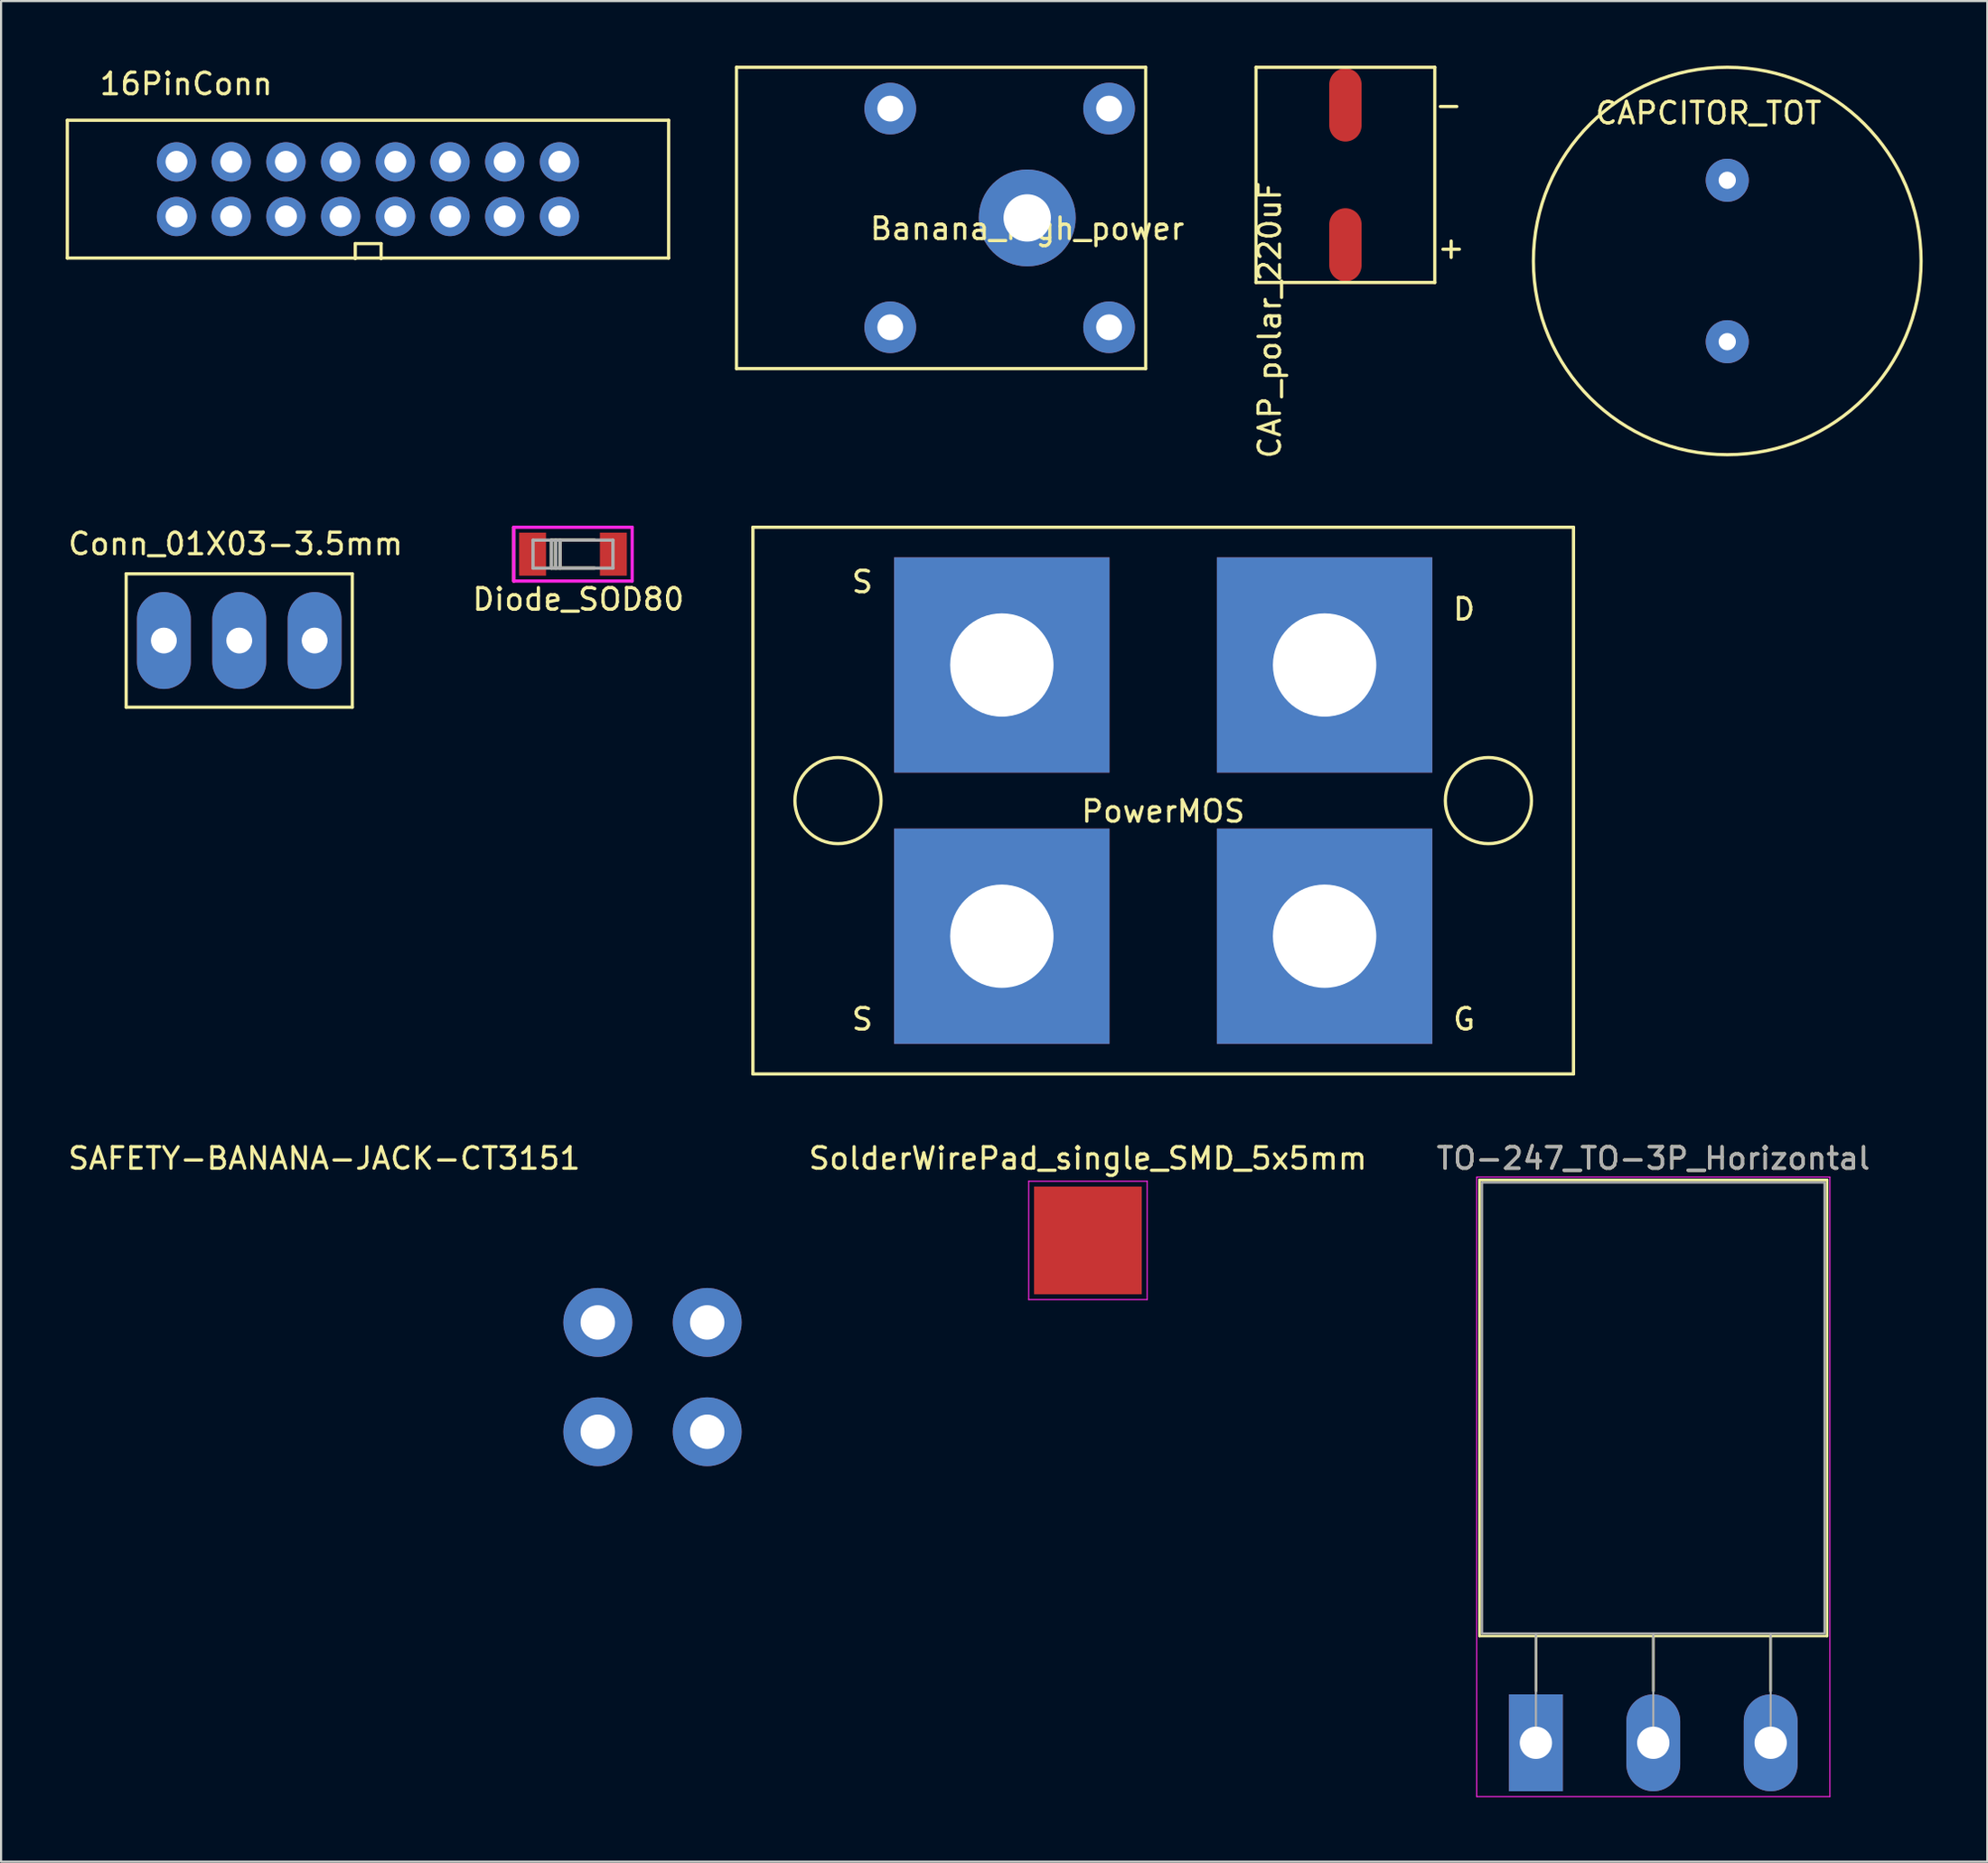
<source format=kicad_pcb>
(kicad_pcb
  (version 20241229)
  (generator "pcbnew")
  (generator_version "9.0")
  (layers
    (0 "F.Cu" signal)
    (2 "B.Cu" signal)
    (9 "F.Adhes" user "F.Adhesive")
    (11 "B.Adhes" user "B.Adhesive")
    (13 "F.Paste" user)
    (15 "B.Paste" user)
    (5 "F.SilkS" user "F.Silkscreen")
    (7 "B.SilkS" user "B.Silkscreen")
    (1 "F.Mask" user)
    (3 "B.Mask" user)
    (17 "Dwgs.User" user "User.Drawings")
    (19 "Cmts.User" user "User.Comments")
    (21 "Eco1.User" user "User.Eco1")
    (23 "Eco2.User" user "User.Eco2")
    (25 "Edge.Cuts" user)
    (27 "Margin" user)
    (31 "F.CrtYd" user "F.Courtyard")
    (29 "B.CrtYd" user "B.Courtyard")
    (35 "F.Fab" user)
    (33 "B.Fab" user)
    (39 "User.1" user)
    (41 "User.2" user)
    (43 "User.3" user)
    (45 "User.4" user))
  (footprint "SAFETY-BANANA-JACK-CT3151"
    (layer "F.Cu")
    (at 27.246 60.928)
    (property "Reference" "SAFETY-BANANA-JACK-CT3151" (at -15.24 -10.16 0) (layer "F.SilkS") (effects (font (size 1 1) (thickness 0.15))))
    (attr through_hole)
    (pad "1" thru_hole circle (at -2.54 -2.54) (size 3.2 3.2) (drill 1.6) (layers "*.Cu" "*.Mask"))
    (pad "1" thru_hole circle (at -2.54 2.54) (size 3.2 3.2) (drill 1.6) (layers "*.Cu" "*.Mask"))
    (pad "1" thru_hole circle (at 2.54 -2.54) (size 3.2 3.2) (drill 1.6) (layers "*.Cu" "*.Mask"))
    (pad "1" thru_hole circle (at 2.54 2.54) (size 3.2 3.2) (drill 1.6) (layers "*.Cu" "*.Mask")))
  (footprint "Diode_SOD80"
    (layer "F.Cu")
    (at 23.554 22.695)
    (property "Reference" "Diode_SOD80" (at 0.25 2.1 0) (layer "F.SilkS") (effects (font (size 1 1) (thickness 0.15))))
    (attr through_hole)
    (fp_line (start -2.75 1.25) (end -2.75 -1.25) (stroke (width 0.15) (type solid)) (layer "F.SilkS"))
    (fp_line (start -1 -0.65) (end 1 -0.65) (stroke (width 0.15) (type solid)) (layer "F.SilkS"))
    (fp_line (start -1 0.65) (end -1 -0.65) (stroke (width 0.15) (type solid)) (layer "F.SilkS"))
    (fp_line (start -0.8 0.65) (end -0.8 -0.65) (stroke (width 0.15) (type solid)) (layer "F.SilkS"))
    (fp_line (start -0.6 -0.65) (end -0.6 0.65) (stroke (width 0.15) (type solid)) (layer "F.SilkS"))
    (fp_line (start 1 0.65) (end -1 0.65) (stroke (width 0.15) (type solid)) (layer "F.SilkS"))
    (fp_line (start -2.75 -1.25) (end 2.75 -1.25) (stroke (width 0.15) (type solid)) (layer "F.CrtYd"))
    (fp_line (start -2.75 1.25) (end -2.75 -1.25) (stroke (width 0.15) (type solid)) (layer "F.CrtYd"))
    (fp_line (start 2.75 -1.25) (end 2.75 1.25) (stroke (width 0.15) (type solid)) (layer "F.CrtYd"))
    (fp_line (start 2.75 1.25) (end -2.75 1.25) (stroke (width 0.15) (type solid)) (layer "F.CrtYd"))
    (fp_line (start -1.855 -0.65) (end 1.855 -0.65) (stroke (width 0.15) (type solid)) (layer "F.Fab"))
    (fp_line (start -1.855 0.65) (end -1.855 -0.65) (stroke (width 0.15) (type solid)) (layer "F.Fab"))
    (fp_line (start -1 -0.65) (end -1 0.65) (stroke (width 0.15) (type solid)) (layer "F.Fab"))
    (fp_line (start -0.8 0.65) (end -0.8 -0.65) (stroke (width 0.15) (type solid)) (layer "F.Fab"))
    (fp_line (start -0.6 -0.65) (end -0.6 0.65) (stroke (width 0.15) (type solid)) (layer "F.Fab"))
    (fp_line (start 1.855 -0.65) (end 1.855 0.65) (stroke (width 0.15) (type solid)) (layer "F.Fab"))
    (fp_line (start 1.855 0.65) (end -1.855 0.65) (stroke (width 0.15) (type solid)) (layer "F.Fab"))
    (pad "1" smd rect (at -1.875 0) (size 1.25 2) (layers "F.Cu" "F.Mask" "F.Paste"))
    (pad "2" smd rect (at 1.875 0) (size 1.25 2) (layers "F.Cu" "F.Mask" "F.Paste")))
  (footprint "Conn_01X03-3.5mm"
    (layer "F.Cu")
    (at 8.058 26.708)
    (property "Reference" "Conn_01X03-3.5mm" (at -0.171 -4.49 0) (layer "F.SilkS") (effects (font (size 1 1) (thickness 0.15))))
    (attr through_hole)
    (fp_line (start -5.25 -3.1) (end -5.25 3.1) (stroke (width 0.15) (type solid)) (layer "F.SilkS"))
    (fp_line (start -5.25 3.1) (end 5.25 3.1) (stroke (width 0.15) (type solid)) (layer "F.SilkS"))
    (fp_line (start 5.25 -3.1) (end -5.25 -3.1) (stroke (width 0.15) (type solid)) (layer "F.SilkS"))
    (fp_line (start 5.25 3.1) (end 5.25 -3.1) (stroke (width 0.15) (type solid)) (layer "F.SilkS"))
    (pad "1" thru_hole oval (at -3.5 0) (size 2.5 4.5) (drill 1.2) (layers "*.Cu" "*.Mask"))
    (pad "2" thru_hole oval (at 0 0) (size 2.5 4.5) (drill 1.2) (layers "*.Cu" "*.Mask"))
    (pad "3" thru_hole oval (at 3.5 0) (size 2.5 4.5) (drill 1.2) (layers "*.Cu" "*.Mask")))
  (footprint "CAP_polar_220uF"
    (layer "F.Cu")
    (at 59.418 5.075)
    (property "Reference" "CAP_polar_220uF" (at -3.514 6.741 90) (layer "F.SilkS") (effects (font (size 1 1) (thickness 0.15))))
    (attr through_hole)
    (fp_line (start -4.15 -5) (end 4.15 -5) (stroke (width 0.15) (type solid)) (layer "F.SilkS"))
    (fp_line (start -4.15 5) (end -4.15 -5) (stroke (width 0.15) (type solid)) (layer "F.SilkS"))
    (fp_line (start -4.15 5) (end 4.15 5) (stroke (width 0.15) (type solid)) (layer "F.SilkS"))
    (fp_line (start 4.15 -5) (end 4.15 5) (stroke (width 0.15) (type solid)) (layer "F.SilkS"))
    (fp_text user "+" (at 4.91 3.38 0) (layer "F.SilkS") (effects (font (size 1 1) (thickness 0.15))))
    (fp_text user "-" (at 4.79 -3.25 0) (layer "F.SilkS") (effects (font (size 1 1) (thickness 0.15))))
    (pad "1" smd oval (at 0 3.25) (size 1.5 3.4) (layers "F.Cu" "F.Mask" "F.Paste"))
    (pad "2" smd oval (at 0 -3.25) (size 1.5 3.4) (layers "F.Cu" "F.Mask" "F.Paste")))
  (footprint "Banana_high_power"
    (layer "F.Cu")
    (at 44.645 7.075)
    (property "Reference" "Banana_high_power" (at 0 0.5 0) (layer "F.SilkS") (effects (font (size 1 1) (thickness 0.15))))
    (attr through_hole)
    (fp_line (start -13.5 -7) (end -13.5 7) (stroke (width 0.15) (type solid)) (layer "F.SilkS"))
    (fp_line (start -13.5 7) (end 5.5 7) (stroke (width 0.15) (type solid)) (layer "F.SilkS"))
    (fp_line (start 5.5 -7) (end -13.5 -7) (stroke (width 0.15) (type solid)) (layer "F.SilkS"))
    (fp_line (start 5.5 7) (end 5.5 -7) (stroke (width 0.15) (type solid)) (layer "F.SilkS"))
    (pad "1" thru_hole circle (at -6.36 -5.08) (size 2.4 2.4) (drill 1.2) (layers "*.Cu" "*.Mask"))
    (pad "1" thru_hole circle (at -6.36 5.08) (size 2.4 2.4) (drill 1.2) (layers "*.Cu" "*.Mask"))
    (pad "1" thru_hole circle (at 0 0) (size 4.5 4.5) (drill 2.2) (layers "*.Cu" "*.Mask"))
    (pad "1" thru_hole circle (at 3.8 -5.08) (size 2.4 2.4) (drill 1.2) (layers "*.Cu" "*.Mask"))
    (pad "1" thru_hole circle (at 3.8 5.08) (size 2.4 2.4) (drill 1.2) (layers "*.Cu" "*.Mask")))
  (footprint "16PinConn"
    (layer "F.Cu")
    (at 5.145 4.468)
    (property "Reference" "16PinConn" (at 0.45 -3.62 0) (layer "F.SilkS") (effects (font (size 1 1) (thickness 0.15))))
    (attr through_hole)
    (fp_line (start -5.07 -1.93) (end -5.07 4.47) (stroke (width 0.15) (type solid)) (layer "F.SilkS"))
    (fp_line (start -5.07 -1.93) (end 22.85 -1.93) (stroke (width 0.15) (type solid)) (layer "F.SilkS"))
    (fp_line (start 8.3 3.8) (end 9.5 3.8) (stroke (width 0.15) (type solid)) (layer "F.SilkS"))
    (fp_line (start 8.3 4.5) (end 8.3 3.8) (stroke (width 0.15) (type solid)) (layer "F.SilkS"))
    (fp_line (start 9.5 3.8) (end 9.5 4.5) (stroke (width 0.15) (type solid)) (layer "F.SilkS"))
    (fp_line (start 22.85 -1.93) (end 22.85 4.47) (stroke (width 0.15) (type solid)) (layer "F.SilkS"))
    (fp_line (start 22.85 4.47) (end -5.07 4.47) (stroke (width 0.15) (type solid)) (layer "F.SilkS"))
    (pad "1" thru_hole circle (at 0 2.54) (size 1.824 1.824) (drill 1.02) (layers "*.Cu" "*.Mask"))
    (pad "2" thru_hole circle (at 0 0) (size 1.824 1.824) (drill 1.02) (layers "*.Cu" "*.Mask"))
    (pad "3" thru_hole circle (at 2.54 2.54) (size 1.824 1.824) (drill 1.02) (layers "*.Cu" "*.Mask"))
    (pad "4" thru_hole circle (at 2.54 0) (size 1.824 1.824) (drill 1.02) (layers "*.Cu" "*.Mask"))
    (pad "5" thru_hole circle (at 5.08 2.54) (size 1.824 1.824) (drill 1.02) (layers "*.Cu" "*.Mask"))
    (pad "6" thru_hole circle (at 5.08 0) (size 1.824 1.824) (drill 1.02) (layers "*.Cu" "*.Mask"))
    (pad "7" thru_hole circle (at 7.62 2.54) (size 1.824 1.824) (drill 1.02) (layers "*.Cu" "*.Mask"))
    (pad "8" thru_hole circle (at 7.62 0) (size 1.824 1.824) (drill 1.02) (layers "*.Cu" "*.Mask"))
    (pad "9" thru_hole circle (at 10.16 2.54) (size 1.824 1.824) (drill 1.02) (layers "*.Cu" "*.Mask"))
    (pad "10" thru_hole circle (at 10.16 0) (size 1.824 1.824) (drill 1.02) (layers "*.Cu" "*.Mask"))
    (pad "11" thru_hole circle (at 12.7 2.54) (size 1.824 1.824) (drill 1.02) (layers "*.Cu" "*.Mask"))
    (pad "12" thru_hole circle (at 12.7 0) (size 1.824 1.824) (drill 1.02) (layers "*.Cu" "*.Mask"))
    (pad "13" thru_hole circle (at 15.24 2.54) (size 1.824 1.824) (drill 1.02) (layers "*.Cu" "*.Mask"))
    (pad "14" thru_hole circle (at 15.24 0) (size 1.824 1.824) (drill 1.02) (layers "*.Cu" "*.Mask"))
    (pad "15" thru_hole circle (at 17.78 2.54) (size 1.824 1.824) (drill 1.02) (layers "*.Cu" "*.Mask"))
    (pad "16" thru_hole circle (at 17.78 0) (size 1.824 1.824) (drill 1.02) (layers "*.Cu" "*.Mask")))
  (footprint "CAPCITOR_TOT"
    (layer "F.Cu")
    (at 77.147 9.075)
    (property "Reference" "CAPCITOR_TOT" (at -0.87 -6.87 0) (layer "F.SilkS") (effects (font (size 1 1) (thickness 0.15))))
    (attr through_hole)
    (fp_circle (center 0 0) (end 9 0) (stroke (width 0.15) (type solid)) (fill no) (layer "F.SilkS"))
    (pad "1" thru_hole circle (at 0 3.75) (size 2 2) (drill 0.8) (layers "*.Cu" "*.Mask"))
    (pad "2" thru_hole circle (at 0 -3.75) (size 2 2) (drill 0.8) (layers "*.Cu" "*.Mask")))
  (footprint "PowerMOS"
    (placed yes)
    (layer "F.Cu")
    (at 50.958 34.145)
    (property "Reference" "PowerMOS" (at 0 0.5 0) (layer "F.SilkS") (effects (font (size 1 1) (thickness 0.15))))
    (attr through_hole)
    (fp_line (start -19.05 -12.7) (end -19.05 12.7) (stroke (width 0.15) (type solid)) (layer "F.SilkS"))
    (fp_line (start -19.05 12.7) (end 19.05 12.7) (stroke (width 0.15) (type solid)) (layer "F.SilkS"))
    (fp_line (start 19.05 -12.7) (end -19.05 -12.7) (stroke (width 0.15) (type solid)) (layer "F.SilkS"))
    (fp_line (start 19.05 12.7) (end 19.05 -12.7) (stroke (width 0.15) (type solid)) (layer "F.SilkS"))
    (fp_circle (center -15.1 0) (end -17.1 0) (stroke (width 0.15) (type solid)) (fill no) (layer "F.SilkS"))
    (fp_circle (center 15.1 0) (end 17.1 0) (stroke (width 0.15) (type solid)) (fill no) (layer "F.SilkS"))
    (fp_text user "S" (at -13.97 10.16 0) (layer "F.SilkS") (effects (font (size 1 1) (thickness 0.15))))
    (fp_text user "G" (at 13.97 10.16 0) (layer "F.SilkS") (effects (font (size 1 1) (thickness 0.15))))
    (fp_text user "D" (at 13.97 -8.89 0) (layer "F.SilkS") (effects (font (size 1 1) (thickness 0.15))))
    (fp_text user "S" (at -13.97 -10.16 0) (layer "F.SilkS") (effects (font (size 1 1) (thickness 0.15))))
    (pad "1" thru_hole rect (at 7.493 6.3) (size 10 10) (drill 4.8) (layers "*.Cu" "*.Mask"))
    (pad "2" thru_hole rect (at 7.493 -6.3) (size 10 10) (drill 4.8) (layers "*.Cu" "*.Mask"))
    (pad "3" thru_hole rect (at -7.493 -6.3) (size 10 10) (drill 4.8) (layers "*.Cu" "*.Mask"))
    (pad "3" thru_hole rect (at -7.493 6.3) (size 10 10) (drill 4.8) (layers "*.Cu" "*.Mask")))
  (footprint "SolderWirePad_single_SMD_5x5mm"
    (layer "F.Cu")
    (at 47.463 54.578)
    (property "Reference" "SolderWirePad_single_SMD_5x5mm" (at 0 -3.81 0) (layer "F.SilkS") (effects (font (size 1 1) (thickness 0.15))))
    (attr smd)
    (fp_line (start -2.75 -2.75) (end -2.75 2.75) (stroke (width 0.05) (type solid)) (layer "F.CrtYd"))
    (fp_line (start -2.75 2.75) (end 2.75 2.75) (stroke (width 0.05) (type solid)) (layer "F.CrtYd"))
    (fp_line (start 2.75 -2.75) (end -2.75 -2.75) (stroke (width 0.05) (type solid)) (layer "F.CrtYd"))
    (fp_line (start 2.75 2.75) (end 2.75 -2.75) (stroke (width 0.05) (type solid)) (layer "F.CrtYd"))
    (pad "1" smd rect (at 0 0) (size 5 5) (layers "F.Cu" "F.Mask" "F.Paste")))
  (footprint "TO-247_TO-3P_Horizontal"
    (layer "F.Cu")
    (at 68.263 77.918)
    (property "Reference" "TO-247_TO-3P_Horizontal" (at 5.45 -27.15 0) (layer "F.SilkS") (effects (font (size 1 1) (thickness 0.15))))
    (attr through_hole)
    (fp_line (start -2.62 -26.15) (end -2.62 -4.96) (stroke (width 0.12) (type solid)) (layer "F.SilkS"))
    (fp_line (start -2.62 -26.15) (end 13.52 -26.15) (stroke (width 0.12) (type solid)) (layer "F.SilkS"))
    (fp_line (start -2.62 -4.96) (end 13.52 -4.96) (stroke (width 0.12) (type solid)) (layer "F.SilkS"))
    (fp_line (start 0 -4.96) (end 0 -2.4) (stroke (width 0.12) (type solid)) (layer "F.SilkS"))
    (fp_line (start 5.45 -4.96) (end 5.45 -2.4) (stroke (width 0.12) (type solid)) (layer "F.SilkS"))
    (fp_line (start 10.9 -4.96) (end 10.9 -2.4) (stroke (width 0.12) (type solid)) (layer "F.SilkS"))
    (fp_line (start 13.52 -26.15) (end 13.52 -4.96) (stroke (width 0.12) (type solid)) (layer "F.SilkS"))
    (fp_line (start -2.75 -26.28) (end -2.75 2.5) (stroke (width 0.05) (type solid)) (layer "F.CrtYd"))
    (fp_line (start -2.75 2.5) (end 13.65 2.5) (stroke (width 0.05) (type solid)) (layer "F.CrtYd"))
    (fp_line (start 13.65 -26.28) (end -2.75 -26.28) (stroke (width 0.05) (type solid)) (layer "F.CrtYd"))
    (fp_line (start 13.65 2.5) (end 13.65 -26.28) (stroke (width 0.05) (type solid)) (layer "F.CrtYd"))
    (fp_line (start -2.5 -26.03) (end 13.4 -26.03) (stroke (width 0.1) (type solid)) (layer "F.Fab"))
    (fp_line (start -2.5 -5.08) (end -2.5 -26.03) (stroke (width 0.1) (type solid)) (layer "F.Fab"))
    (fp_line (start 0 -5.08) (end 0 0) (stroke (width 0.1) (type solid)) (layer "F.Fab"))
    (fp_line (start 5.45 -5.08) (end 5.45 0) (stroke (width 0.1) (type solid)) (layer "F.Fab"))
    (fp_line (start 10.9 -5.08) (end 10.9 0) (stroke (width 0.1) (type solid)) (layer "F.Fab"))
    (fp_line (start 13.4 -26.03) (end 13.4 -5.08) (stroke (width 0.1) (type solid)) (layer "F.Fab"))
    (fp_line (start 13.4 -5.08) (end -2.5 -5.08) (stroke (width 0.1) (type solid)) (layer "F.Fab"))
    (fp_text user "${REFERENCE}" (at 5.45 -27.15 0) (layer "F.Fab") (effects (font (size 1 1) (thickness 0.15))))
    (pad "1" thru_hole rect (at 0 0) (size 2.5 4.5) (drill 1.5) (layers "*.Cu" "*.Mask"))
    (pad "2" thru_hole oval (at 5.45 0) (size 2.5 4.5) (drill 1.5) (layers "*.Cu" "*.Mask"))
    (pad "3" thru_hole oval (at 10.9 0) (size 2.5 4.5) (drill 1.5) (layers "*.Cu" "*.Mask")))
  (gr_rect
    (start -3 -3)
    (end 89.222 83.443)
    (stroke (width 0.1) (type default))
    (fill no)
    (layer "Edge.Cuts")))
</source>
